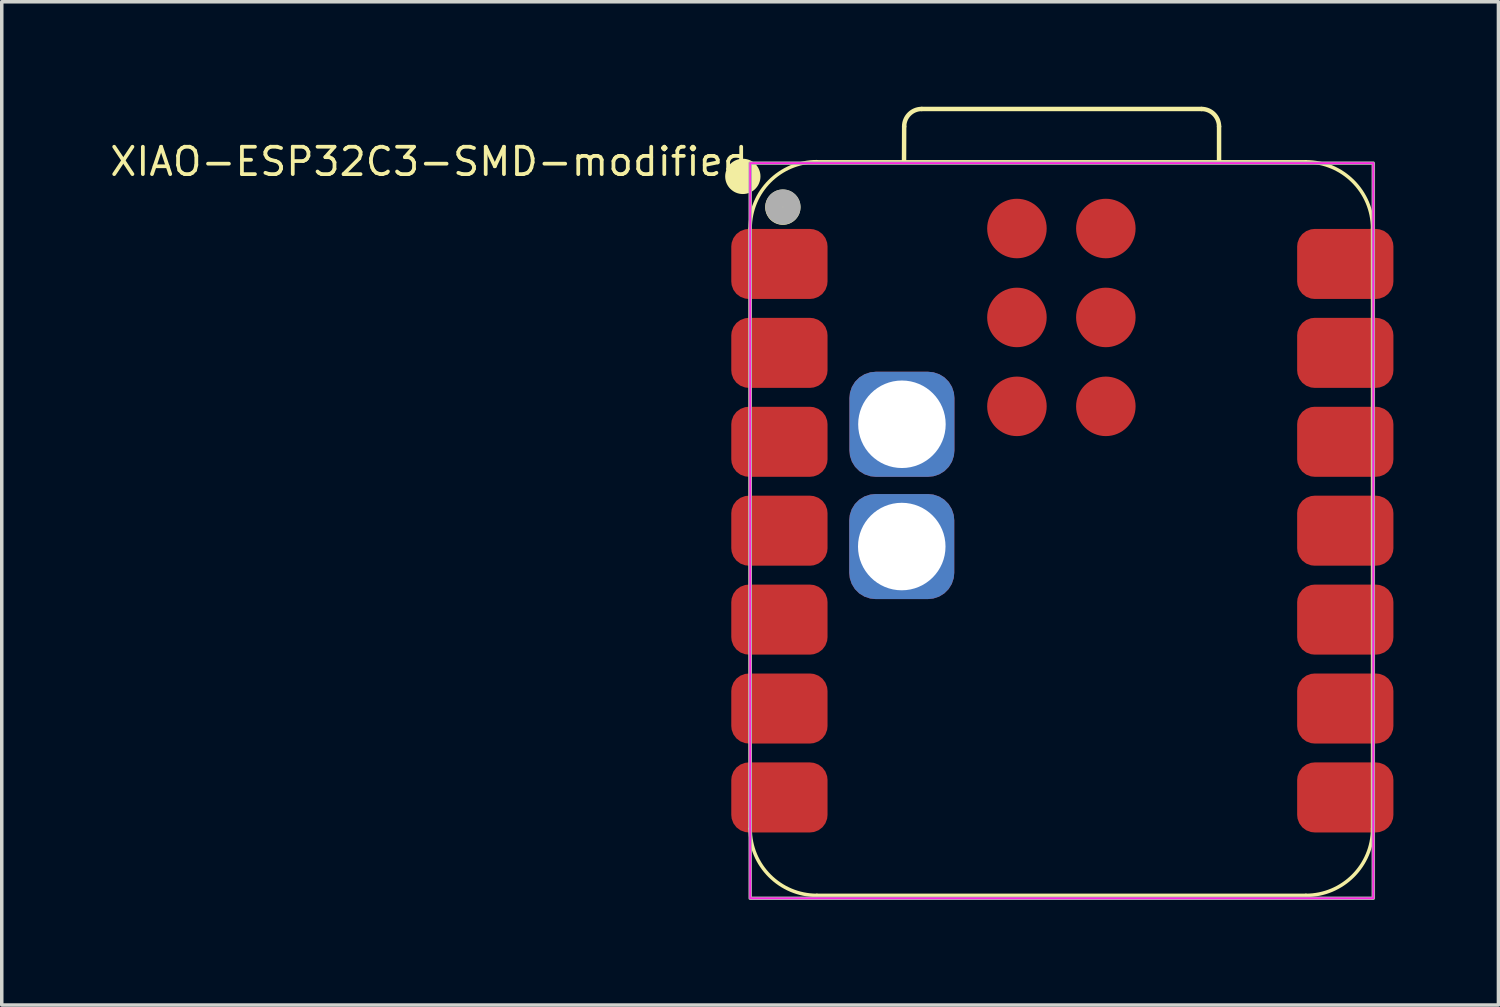
<source format=kicad_pcb>
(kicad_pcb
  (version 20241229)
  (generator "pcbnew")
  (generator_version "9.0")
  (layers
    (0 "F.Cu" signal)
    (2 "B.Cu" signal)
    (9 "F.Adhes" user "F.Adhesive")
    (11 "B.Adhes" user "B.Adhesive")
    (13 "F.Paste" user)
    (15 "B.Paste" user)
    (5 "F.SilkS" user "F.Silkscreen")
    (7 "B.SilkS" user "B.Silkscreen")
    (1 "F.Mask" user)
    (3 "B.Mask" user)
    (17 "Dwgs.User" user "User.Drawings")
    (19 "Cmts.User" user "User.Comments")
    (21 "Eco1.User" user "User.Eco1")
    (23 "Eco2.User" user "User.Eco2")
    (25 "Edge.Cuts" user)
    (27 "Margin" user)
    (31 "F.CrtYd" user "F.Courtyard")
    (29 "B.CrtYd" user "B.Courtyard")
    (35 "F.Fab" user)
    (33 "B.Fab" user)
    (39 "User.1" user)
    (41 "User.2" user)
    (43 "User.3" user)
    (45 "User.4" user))
  (footprint "XIAO-ESP32C3-SMD-modified"
    (layer "F.Cu")
    (at 27.215 12.07)
    (property "Reference" "XIAO-ESP32C3-SMD-modified" (at -8.835 -10.96 180) (layer "F.SilkS") (effects (font (size 0.782 0.782) (thickness 0.107)) (justify right top)))
    (fp_line (start -8.835 8.553) (end -8.835 -8.592) (stroke (width 0.1) (type solid)) (layer "F.SilkS"))
    (fp_line (start -6.93 10.458) (end 7.04 10.458) (stroke (width 0.1) (type solid)) (layer "F.SilkS"))
    (fp_line (start -4.44 -10.497) (end -4.436 -11.507) (stroke (width 0.127) (type solid)) (layer "F.SilkS"))
    (fp_line (start -3.936 -12.007) (end 4.059 -12.007) (stroke (width 0.127) (type solid)) (layer "F.SilkS"))
    (fp_line (start 4.559 -11.507) (end 4.559 -10.497) (stroke (width 0.127) (type solid)) (layer "F.SilkS"))
    (fp_line (start 7.04 -10.497) (end -6.93 -10.497) (stroke (width 0.1) (type solid)) (layer "F.SilkS"))
    (fp_line (start 8.945 8.553) (end 8.945 -8.592) (stroke (width 0.1) (type solid)) (layer "F.SilkS"))
    (fp_arc (start -8.835 -8.596) (mid -8.277038 -9.943038) (end -6.93 -10.501) (stroke (width 0.1) (type solid)) (layer "F.SilkS"))
    (fp_arc (start -6.93 10.458) (mid -8.277038 9.900038) (end -8.835 8.553) (stroke (width 0.1) (type solid)) (layer "F.SilkS"))
    (fp_arc (start -4.436272 -11.507272) (mid -4.289724 -11.860644) (end -3.936272 -12.007) (stroke (width 0.127) (type default)) (layer "F.SilkS"))
    (fp_arc (start 4.059 -12.007) (mid 4.412553 -11.860553) (end 4.559 -11.507) (stroke (width 0.127) (type default)) (layer "F.SilkS"))
    (fp_arc (start 7.04 -10.497) (mid 8.387038 -9.939038) (end 8.945 -8.592) (stroke (width 0.1) (type solid)) (layer "F.SilkS"))
    (fp_arc (start 8.945 8.553) (mid 8.387038 9.900038) (end 7.04 10.458) (stroke (width 0.1) (type solid)) (layer "F.SilkS"))
    (fp_circle (center -9.045 -10.081) (end -9.045 -10.335) (stroke (width 0.5) (type solid)) (fill yes) (layer "F.SilkS"))
    (fp_circle (center -7.902 -9.201) (end -7.902 -9.455) (stroke (width 0.5) (type solid)) (fill yes) (layer "F.SilkS"))
    (fp_rect (start 8.965 10.54) (end -8.835 -10.46) (stroke (width 0.05) (type default)) (fill no) (layer "F.CrtYd"))
    (fp_rect (start -8.835 -10.46) (end 8.965 10.54) (stroke (width 0.1) (type default)) (fill no) (layer "F.Fab"))
    (fp_circle (center -7.899 -9.207) (end -7.899 -9.461) (stroke (width 0.5) (type solid)) (fill no) (layer "F.Fab"))
    (pad "1" smd roundrect (at -8 -7.58) (size 2.75 2) (layers "F.Cu" "F.Mask" "F.Paste") (roundrect_rratio 0.25))
    (pad "2" smd roundrect (at -8 -5.04) (size 2.75 2) (layers "F.Cu" "F.Mask" "F.Paste") (roundrect_rratio 0.25))
    (pad "3" smd roundrect (at -8 -2.5) (size 2.75 2) (layers "F.Cu" "F.Mask" "F.Paste") (roundrect_rratio 0.25))
    (pad "4" smd roundrect (at -8 0.04) (size 2.75 2) (layers "F.Cu" "F.Mask" "F.Paste") (roundrect_rratio 0.25))
    (pad "5" smd roundrect (at -8 2.58) (size 2.75 2) (layers "F.Cu" "F.Mask" "F.Paste") (roundrect_rratio 0.25))
    (pad "6" smd roundrect (at -8 5.12) (size 2.75 2) (layers "F.Cu" "F.Mask" "F.Paste") (roundrect_rratio 0.25))
    (pad "7" smd roundrect (at -8 7.66) (size 2.75 2) (layers "F.Cu" "F.Mask" "F.Paste") (roundrect_rratio 0.25))
    (pad "8" smd roundrect (at 8.165 7.66) (size 2.75 2) (layers "F.Cu" "F.Mask" "F.Paste") (roundrect_rratio 0.25))
    (pad "9" smd roundrect (at 8.165 5.12) (size 2.75 2) (layers "F.Cu" "F.Mask" "F.Paste") (roundrect_rratio 0.25))
    (pad "10" smd roundrect (at 8.165 2.58) (size 2.75 2) (layers "F.Cu" "F.Mask" "F.Paste") (roundrect_rratio 0.25))
    (pad "11" smd roundrect (at 8.165 0.04) (size 2.75 2) (layers "F.Cu" "F.Mask" "F.Paste") (roundrect_rratio 0.25))
    (pad "12" smd roundrect (at 8.165 -2.5) (size 2.75 2) (layers "F.Cu" "F.Mask" "F.Paste") (roundrect_rratio 0.25))
    (pad "13" smd roundrect (at 8.165 -5.04) (size 2.75 2) (layers "F.Cu" "F.Mask" "F.Paste") (roundrect_rratio 0.25))
    (pad "14" smd roundrect (at 8.165 -7.58) (size 2.75 2) (layers "F.Cu" "F.Mask" "F.Paste") (roundrect_rratio 0.25))
    (pad "15" thru_hole roundrect (at -4.505 0.493 180) (size 3 3) (drill 2.5) (layers "*.Cu" "*.Mask") (roundrect_rratio 0.25))
    (pad "16" thru_hole roundrect (at -4.5 -3 180) (size 3 3) (drill 2.5) (layers "*.Cu" "*.Mask") (roundrect_rratio 0.25))
    (pad "17" smd circle (at -1.215 -8.592) (size 1.7 1.7) (layers "F.Cu" "F.Mask" "F.Paste"))
    (pad "18" smd circle (at 1.325 -8.592) (size 1.7 1.7) (layers "F.Cu" "F.Mask" "F.Paste"))
    (pad "19" smd circle (at -1.215 -6.052) (size 1.7 1.7) (layers "F.Cu" "F.Mask" "F.Paste"))
    (pad "20" smd circle (at 1.325 -6.052) (size 1.7 1.7) (layers "F.Cu" "F.Mask" "F.Paste"))
    (pad "21" smd circle (at -1.215 -3.512) (size 1.7 1.7) (layers "F.Cu" "F.Mask" "F.Paste"))
    (pad "22" smd circle (at 1.325 -3.512) (size 1.7 1.7) (layers "F.Cu" "F.Mask" "F.Paste")))
  (gr_rect
    (start -3 -3)
    (end 39.755 25.66)
    (stroke (width 0.1) (type default))
    (fill no)
    (layer "Edge.Cuts")))
</source>
